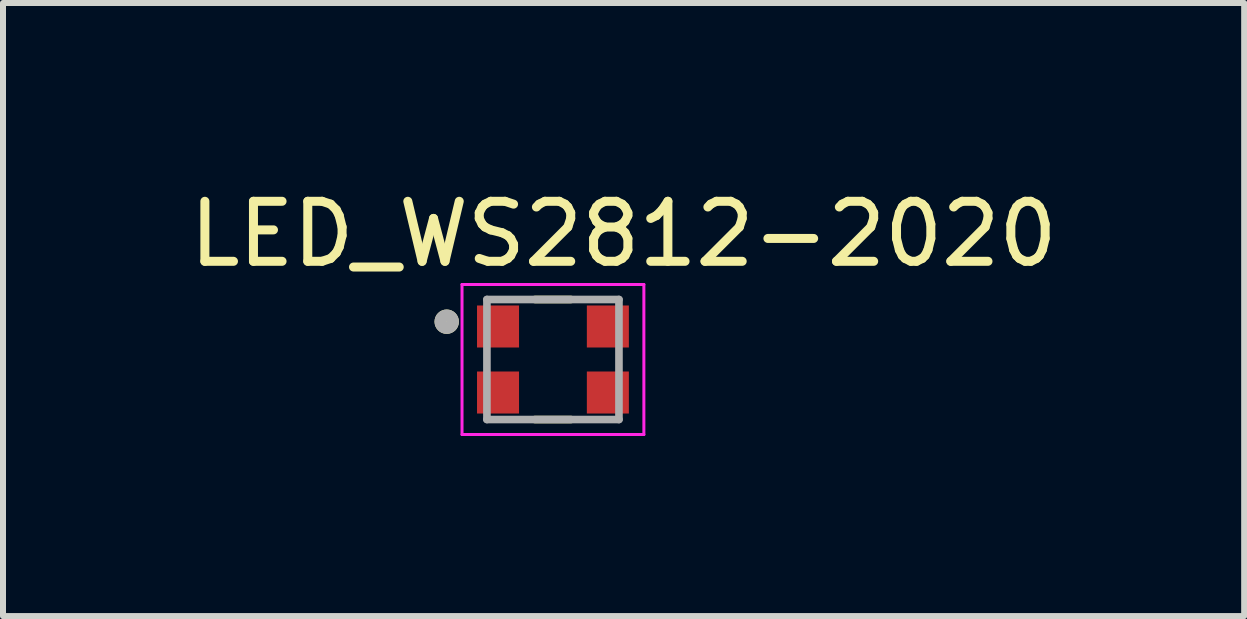
<source format=kicad_pcb>
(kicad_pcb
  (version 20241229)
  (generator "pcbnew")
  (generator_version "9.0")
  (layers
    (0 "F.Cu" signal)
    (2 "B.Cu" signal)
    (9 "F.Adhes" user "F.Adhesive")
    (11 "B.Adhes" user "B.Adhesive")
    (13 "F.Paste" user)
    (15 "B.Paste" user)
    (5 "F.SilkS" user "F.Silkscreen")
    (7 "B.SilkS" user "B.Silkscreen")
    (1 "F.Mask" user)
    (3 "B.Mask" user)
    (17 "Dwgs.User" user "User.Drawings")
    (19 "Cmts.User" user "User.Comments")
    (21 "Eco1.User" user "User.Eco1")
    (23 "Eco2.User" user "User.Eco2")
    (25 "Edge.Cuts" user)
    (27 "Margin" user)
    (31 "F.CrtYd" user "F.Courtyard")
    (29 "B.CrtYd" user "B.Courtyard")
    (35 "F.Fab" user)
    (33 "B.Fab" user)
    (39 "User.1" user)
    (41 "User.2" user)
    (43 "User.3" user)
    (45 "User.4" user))
  (footprint "LED_WS2812-2020"
    (layer "F.Cu")
    (at 6.163 2.94)
    (property "Reference" "LED_WS2812-2020" (at 1.177 -2.091 0) (layer "F.SilkS") (effects (font (size 1 1) (thickness 0.15))))
    (attr smd)
    (fp_line (start -0.3 -1) (end 0.3 -1) (stroke (width 0.127) (type solid)) (layer "F.SilkS"))
    (fp_line (start -0.3 1) (end 0.3 1) (stroke (width 0.127) (type solid)) (layer "F.SilkS"))
    (fp_circle (center -1.77 -0.63) (end -1.667 -0.63) (stroke (width 0.2) (type solid)) (fill no) (layer "F.SilkS"))
    (fp_line (start -1.515 -1.25) (end -1.515 1.25) (stroke (width 0.05) (type solid)) (layer "F.CrtYd"))
    (fp_line (start -1.515 1.25) (end 1.515 1.25) (stroke (width 0.05) (type solid)) (layer "F.CrtYd"))
    (fp_line (start 1.515 -1.25) (end -1.515 -1.25) (stroke (width 0.05) (type solid)) (layer "F.CrtYd"))
    (fp_line (start 1.515 1.25) (end 1.515 -1.25) (stroke (width 0.05) (type solid)) (layer "F.CrtYd"))
    (fp_line (start -1.1 -1) (end 1.1 -1) (stroke (width 0.127) (type solid)) (layer "F.Fab"))
    (fp_line (start -1.1 1) (end -1.1 -1) (stroke (width 0.127) (type solid)) (layer "F.Fab"))
    (fp_line (start 1.1 -1) (end 1.1 1) (stroke (width 0.127) (type solid)) (layer "F.Fab"))
    (fp_line (start 1.1 1) (end -1.1 1) (stroke (width 0.127) (type solid)) (layer "F.Fab"))
    (fp_circle (center -1.77 -0.63) (end -1.667 -0.63) (stroke (width 0.2) (type solid)) (fill no) (layer "F.Fab"))
    (pad "1" smd rect (at -0.915 -0.55) (size 0.7 0.7) (layers "F.Cu" "F.Mask" "F.Paste"))
    (pad "2" smd rect (at -0.915 0.55) (size 0.7 0.7) (layers "F.Cu" "F.Mask" "F.Paste"))
    (pad "3" smd rect (at 0.915 0.55 180) (size 0.7 0.7) (layers "F.Cu" "F.Mask" "F.Paste"))
    (pad "4" smd rect (at 0.915 -0.55 180) (size 0.7 0.7) (layers "F.Cu" "F.Mask" "F.Paste")))
  (gr_rect
    (start -3 -3)
    (end 17.68 7.215)
    (stroke (width 0.1) (type default))
    (fill no)
    (layer "Edge.Cuts")))
</source>
